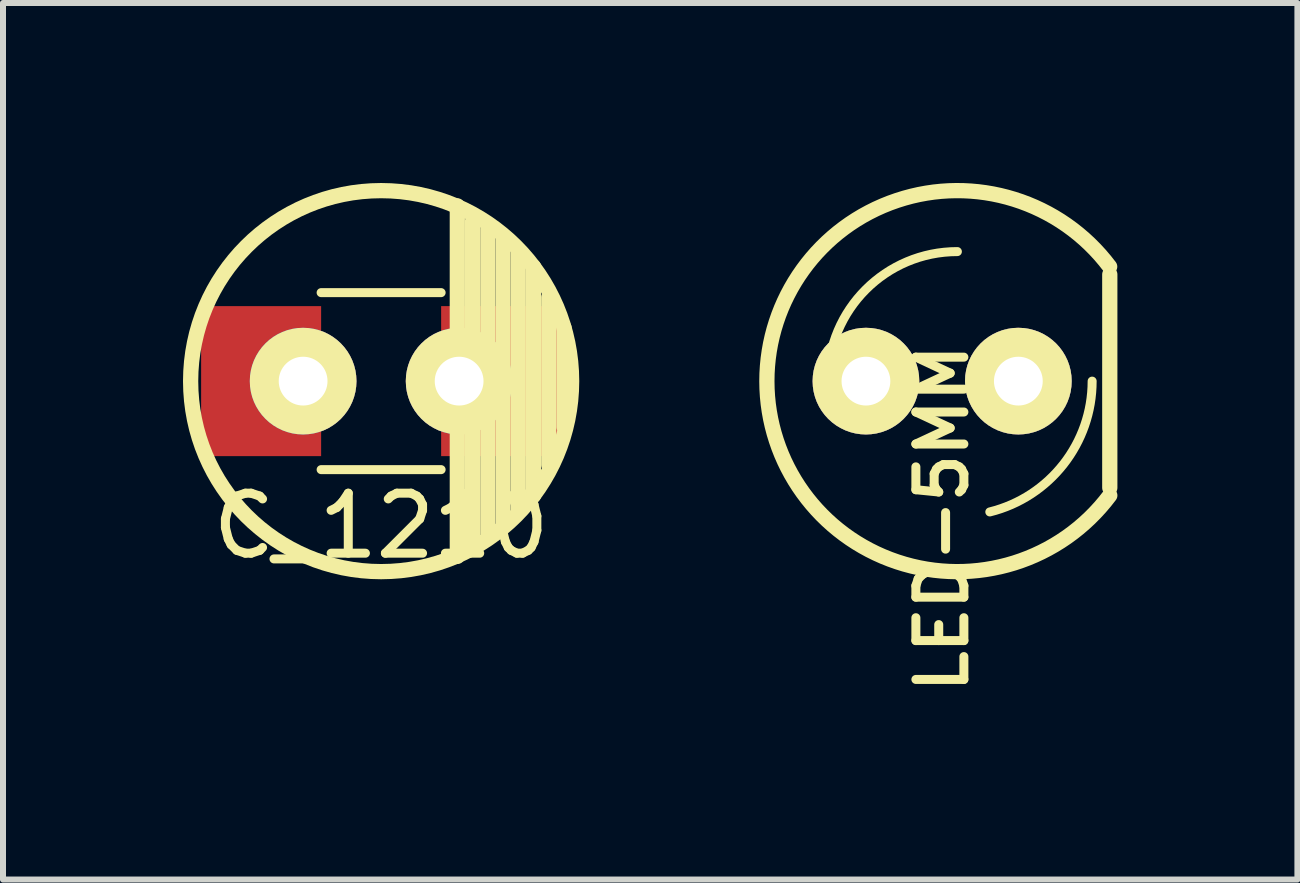
<source format=kicad_pcb>
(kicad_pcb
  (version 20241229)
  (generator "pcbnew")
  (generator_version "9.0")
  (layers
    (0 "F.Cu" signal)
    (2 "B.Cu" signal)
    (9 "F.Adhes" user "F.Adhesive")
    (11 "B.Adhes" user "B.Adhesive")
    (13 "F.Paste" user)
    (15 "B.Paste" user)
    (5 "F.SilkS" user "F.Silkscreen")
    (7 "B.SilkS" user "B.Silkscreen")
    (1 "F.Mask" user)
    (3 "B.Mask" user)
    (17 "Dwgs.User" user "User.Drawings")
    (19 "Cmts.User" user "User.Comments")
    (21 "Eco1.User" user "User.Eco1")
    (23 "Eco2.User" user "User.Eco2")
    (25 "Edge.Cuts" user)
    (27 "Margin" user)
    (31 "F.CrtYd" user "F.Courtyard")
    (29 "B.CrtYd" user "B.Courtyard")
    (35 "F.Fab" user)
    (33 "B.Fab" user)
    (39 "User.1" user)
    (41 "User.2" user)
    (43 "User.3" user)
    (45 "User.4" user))
  (footprint "LED-5MM"
    (layer "F.Cu")
    (at 12.652 3.302)
    (property "Reference" "LED-5MM" (at 0 2.286 90) (layer "F.SilkS") (effects (font (size 0.8 0.8) (thickness 0.15))))
    (attr through_hole)
    (fp_line (start 2.794 -1.778) (end 2.794 1.778) (stroke (width 0.254) (type solid)) (layer "F.SilkS"))
    (fp_arc (start -1.905 0) (mid -1.272644 -1.526644) (end 0.254 -2.159) (stroke (width 0.15) (type solid)) (layer "F.SilkS"))
    (fp_arc (start 2.5 0) (mid 2.023007 1.383883) (end 0.794629 2.179962) (stroke (width 0.15) (type solid)) (layer "F.SilkS"))
    (fp_arc (start 2.794 1.905) (mid -2.921 0.001668) (end 2.791997 -1.907668) (stroke (width 0.254) (type solid)) (layer "F.SilkS"))
    (pad "1" thru_hole circle (at -1.27 0) (size 1.778 1.778) (drill 0.813) (layers "*.Cu" "*.Mask" "F.SilkS"))
    (pad "2" thru_hole circle (at 1.27 0) (size 1.778 1.778) (drill 0.813) (layers "*.Cu" "*.Mask" "F.SilkS")))
  (footprint "C_1210"
    (layer "F.Cu")
    (at 3.302 3.302)
    (property "Reference" "C_1210" (at 0 2.413 0) (layer "F.SilkS") (effects (font (size 1 1) (thickness 0.15))))
    (attr smd)
    (fp_line (start -1 1.475) (end 1 1.475) (stroke (width 0.15) (type solid)) (layer "F.SilkS"))
    (fp_line (start 1 -1.475) (end -1 -1.475) (stroke (width 0.15) (type solid)) (layer "F.SilkS"))
    (fp_line (start 1.27 -2.921) (end 1.27 2.921) (stroke (width 0.254) (type solid)) (layer "F.SilkS"))
    (fp_line (start 1.524 -2.667) (end 1.524 2.794) (stroke (width 0.254) (type solid)) (layer "F.SilkS"))
    (fp_line (start 1.778 -2.54) (end 1.778 2.54) (stroke (width 0.254) (type solid)) (layer "F.SilkS"))
    (fp_line (start 2.032 -2.413) (end 2.032 2.413) (stroke (width 0.254) (type solid)) (layer "F.SilkS"))
    (fp_line (start 2.286 -2.159) (end 2.286 2.159) (stroke (width 0.254) (type solid)) (layer "F.SilkS"))
    (fp_line (start 2.54 -1.905) (end 2.54 1.905) (stroke (width 0.254) (type solid)) (layer "F.SilkS"))
    (fp_line (start 2.794 -1.397) (end 2.794 1.397) (stroke (width 0.254) (type solid)) (layer "F.SilkS"))
    (fp_line (start 3.048 -0.889) (end 3.048 0.762) (stroke (width 0.254) (type solid)) (layer "F.SilkS"))
    (fp_circle (center 0 0) (end -3.175 0) (stroke (width 0.254) (type solid)) (fill no) (layer "F.SilkS"))
    (pad "1" smd rect (at -2 0) (size 2 2.5) (layers "F.Cu" "F.Mask" "F.Paste"))
    (pad "1" thru_hole circle (at -1.3 0) (size 1.778 1.778) (drill 0.813) (layers "*.Cu" "*.Mask" "F.SilkS"))
    (pad "2" thru_hole circle (at 1.3 0) (size 1.778 1.778) (drill 0.813) (layers "*.Cu" "*.Mask" "F.SilkS"))
    (pad "2" smd rect (at 2 0) (size 2 2.5) (layers "F.Cu" "F.Mask" "F.Paste")))
  (gr_rect
    (start -3 -3)
    (end 18.573 11.609)
    (stroke (width 0.1) (type default))
    (fill no)
    (layer "Edge.Cuts")))
</source>
